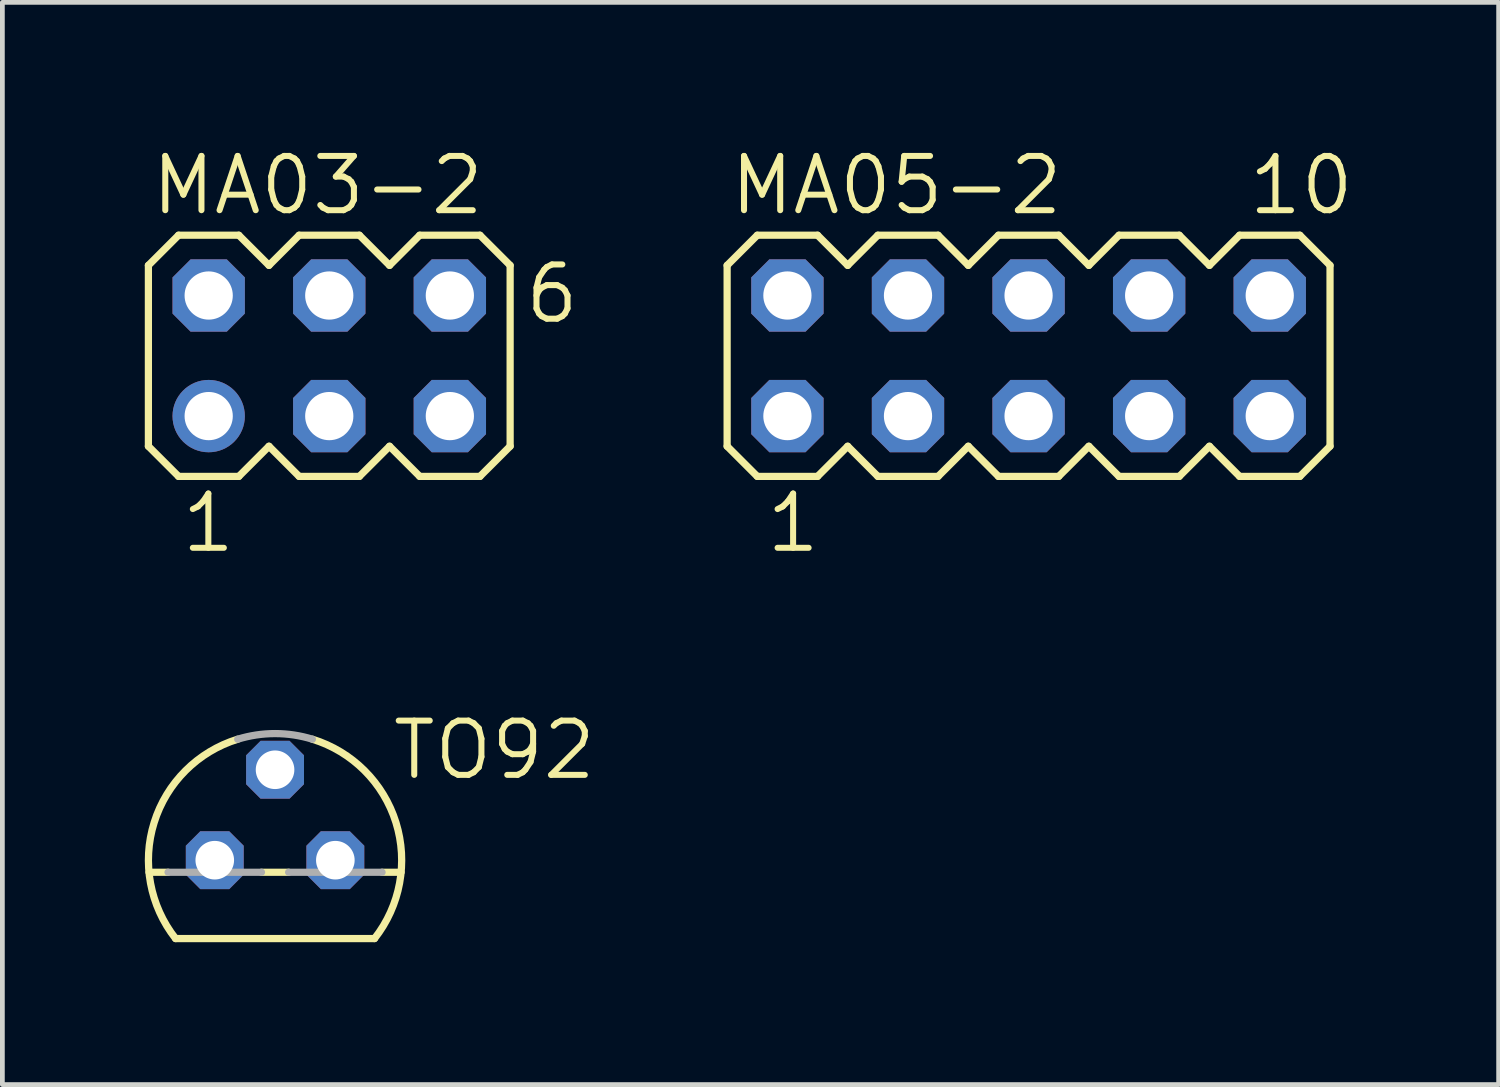
<source format=kicad_pcb>
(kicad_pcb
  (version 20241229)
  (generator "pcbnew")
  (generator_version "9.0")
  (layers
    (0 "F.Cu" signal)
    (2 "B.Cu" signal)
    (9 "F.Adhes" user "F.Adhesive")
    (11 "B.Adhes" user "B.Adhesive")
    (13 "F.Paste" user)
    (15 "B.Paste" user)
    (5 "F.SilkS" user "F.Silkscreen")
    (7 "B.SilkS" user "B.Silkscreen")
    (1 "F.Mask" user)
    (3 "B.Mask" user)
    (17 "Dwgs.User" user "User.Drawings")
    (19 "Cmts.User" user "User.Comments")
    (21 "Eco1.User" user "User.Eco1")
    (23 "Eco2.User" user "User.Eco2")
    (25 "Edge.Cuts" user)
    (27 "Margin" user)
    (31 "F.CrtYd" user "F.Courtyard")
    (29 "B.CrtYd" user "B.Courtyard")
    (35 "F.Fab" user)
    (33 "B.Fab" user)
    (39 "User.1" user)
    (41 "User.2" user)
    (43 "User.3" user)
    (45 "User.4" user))
  (footprint "MA03-2"
    (layer "F.Cu")
    (at 3.886 4.445)
    (property "Reference" "MA03-2" (at -3.81 -2.921 0) (layer "F.SilkS") (effects (font (size 1.143 1.143) (thickness 0.127)) (justify left bottom)))
    (fp_line (start -3.81 -1.905) (end -3.81 1.905) (stroke (width 0.152) (type solid)) (layer "F.SilkS"))
    (fp_line (start -3.81 1.905) (end -3.175 2.54) (stroke (width 0.152) (type solid)) (layer "F.SilkS"))
    (fp_line (start -3.175 -2.54) (end -3.81 -1.905) (stroke (width 0.152) (type solid)) (layer "F.SilkS"))
    (fp_line (start -3.175 -2.54) (end -1.905 -2.54) (stroke (width 0.152) (type solid)) (layer "F.SilkS"))
    (fp_line (start -1.905 -2.54) (end -1.27 -1.905) (stroke (width 0.152) (type solid)) (layer "F.SilkS"))
    (fp_line (start -1.905 2.54) (end -3.175 2.54) (stroke (width 0.152) (type solid)) (layer "F.SilkS"))
    (fp_line (start -1.27 -1.905) (end -0.635 -2.54) (stroke (width 0.152) (type solid)) (layer "F.SilkS"))
    (fp_line (start -1.27 1.905) (end -1.905 2.54) (stroke (width 0.152) (type solid)) (layer "F.SilkS"))
    (fp_line (start -0.635 -2.54) (end 0.635 -2.54) (stroke (width 0.152) (type solid)) (layer "F.SilkS"))
    (fp_line (start -0.635 2.54) (end -1.27 1.905) (stroke (width 0.152) (type solid)) (layer "F.SilkS"))
    (fp_line (start 0.635 -2.54) (end 1.27 -1.905) (stroke (width 0.152) (type solid)) (layer "F.SilkS"))
    (fp_line (start 0.635 2.54) (end -0.635 2.54) (stroke (width 0.152) (type solid)) (layer "F.SilkS"))
    (fp_line (start 1.27 -1.905) (end 1.905 -2.54) (stroke (width 0.152) (type solid)) (layer "F.SilkS"))
    (fp_line (start 1.27 1.905) (end 0.635 2.54) (stroke (width 0.152) (type solid)) (layer "F.SilkS"))
    (fp_line (start 1.905 -2.54) (end 3.175 -2.54) (stroke (width 0.152) (type solid)) (layer "F.SilkS"))
    (fp_line (start 1.905 2.54) (end 1.27 1.905) (stroke (width 0.152) (type solid)) (layer "F.SilkS"))
    (fp_line (start 3.175 -2.54) (end 3.81 -1.905) (stroke (width 0.152) (type solid)) (layer "F.SilkS"))
    (fp_line (start 3.175 2.54) (end 1.905 2.54) (stroke (width 0.152) (type solid)) (layer "F.SilkS"))
    (fp_line (start 3.81 -1.905) (end 3.81 1.905) (stroke (width 0.152) (type solid)) (layer "F.SilkS"))
    (fp_line (start 3.81 1.905) (end 3.175 2.54) (stroke (width 0.152) (type solid)) (layer "F.SilkS"))
    (fp_poly (pts (xy -2.794 -1.016) (xy -2.286 -1.016) (xy -2.286 -1.524) (xy -2.794 -1.524)) (stroke (width 0.1) (type solid)) (fill no) (layer "F.Fab"))
    (fp_poly (pts (xy -2.794 1.524) (xy -2.286 1.524) (xy -2.286 1.016) (xy -2.794 1.016)) (stroke (width 0.1) (type solid)) (fill no) (layer "F.Fab"))
    (fp_poly (pts (xy -0.254 -1.016) (xy 0.254 -1.016) (xy 0.254 -1.524) (xy -0.254 -1.524)) (stroke (width 0.1) (type solid)) (fill no) (layer "F.Fab"))
    (fp_poly (pts (xy -0.254 1.524) (xy 0.254 1.524) (xy 0.254 1.016) (xy -0.254 1.016)) (stroke (width 0.1) (type solid)) (fill no) (layer "F.Fab"))
    (fp_poly (pts (xy 2.286 -1.016) (xy 2.794 -1.016) (xy 2.794 -1.524) (xy 2.286 -1.524)) (stroke (width 0.1) (type solid)) (fill no) (layer "F.Fab"))
    (fp_poly (pts (xy 2.286 1.524) (xy 2.794 1.524) (xy 2.794 1.016) (xy 2.286 1.016)) (stroke (width 0.1) (type solid)) (fill no) (layer "F.Fab"))
    (fp_text user "6" (at 4.064 -0.635 0) (layer "F.SilkS") (effects (font (size 1.143 1.143) (thickness 0.127)) (justify left bottom)))
    (fp_text user "1" (at -3.175 4.191 0) (layer "F.SilkS") (effects (font (size 1.143 1.143) (thickness 0.127)) (justify left bottom)))
    (pad "1" thru_hole circle (at -2.54 1.27) (size 1.524 1.524) (drill 1.016) (layers "*.Cu" "*.Mask"))
    (pad "2" thru_hole roundrect (at -2.54 -1.27) (size 1.524 1.524) (drill 1.016) (layers "*.Cu" "*.Mask") (roundrect_rratio 0.25) (chamfer_ratio 0.25) (chamfer top_left top_right bottom_left bottom_right))
    (pad "3" thru_hole roundrect (at 0 1.27) (size 1.524 1.524) (drill 1.016) (layers "*.Cu" "*.Mask") (roundrect_rratio 0.25) (chamfer_ratio 0.25) (chamfer top_left top_right bottom_left bottom_right))
    (pad "4" thru_hole roundrect (at 0 -1.27) (size 1.524 1.524) (drill 1.016) (layers "*.Cu" "*.Mask") (roundrect_rratio 0.25) (chamfer_ratio 0.25) (chamfer top_left top_right bottom_left bottom_right))
    (pad "5" thru_hole roundrect (at 2.54 1.27) (size 1.524 1.524) (drill 1.016) (layers "*.Cu" "*.Mask") (roundrect_rratio 0.25) (chamfer_ratio 0.25) (chamfer top_left top_right bottom_left bottom_right))
    (pad "6" thru_hole roundrect (at 2.54 -1.27) (size 1.524 1.524) (drill 1.016) (layers "*.Cu" "*.Mask") (roundrect_rratio 0.25) (chamfer_ratio 0.25) (chamfer top_left top_right bottom_left bottom_right)))
  (footprint "TO92"
    (layer "F.Cu")
    (at 2.744 15.07)
    (property "Reference" "TO92" (at 2.413 -1.651 0) (layer "F.SilkS") (effects (font (size 1.143 1.143) (thickness 0.127)) (justify left bottom)))
    (fp_line (start -2.655 0.254) (end -2.254 0.254) (stroke (width 0.152) (type solid)) (layer "F.SilkS"))
    (fp_line (start -2.095 1.651) (end 2.095 1.651) (stroke (width 0.152) (type solid)) (layer "F.SilkS"))
    (fp_line (start -0.286 0.254) (end 0.286 0.254) (stroke (width 0.152) (type solid)) (layer "F.SilkS"))
    (fp_line (start 2.254 0.254) (end 2.655 0.254) (stroke (width 0.152) (type solid)) (layer "F.SilkS"))
    (fp_arc (start -2.095 1.651) (mid -2.546798 -0.793169) (end -0.786898 -2.5484) (stroke (width 0.1524) (type solid)) (layer "F.SilkS"))
    (fp_arc (start 0.7869 -2.5484) (mid 2.546798 -0.793168) (end 2.094999 1.651001) (stroke (width 0.1524) (type solid)) (layer "F.SilkS"))
    (fp_line (start -2.254 0.254) (end -0.286 0.254) (stroke (width 0.152) (type solid)) (layer "F.Fab"))
    (fp_line (start 0.286 0.254) (end 2.254 0.254) (stroke (width 0.152) (type solid)) (layer "F.Fab"))
    (fp_arc (start -0.7864 -2.5484) (mid 0 -2.666977) (end 0.7864 -2.5484) (stroke (width 0.1524) (type solid)) (layer "F.Fab"))
    (pad "1" thru_hole roundrect (at -1.27 0) (size 1.219 1.219) (drill 0.813) (layers "*.Cu" "*.Mask") (roundrect_rratio 0.25) (chamfer_ratio 0.25) (chamfer top_left top_right bottom_left bottom_right))
    (pad "2" thru_hole roundrect (at 0 -1.905) (size 1.219 1.219) (drill 0.813) (layers "*.Cu" "*.Mask") (roundrect_rratio 0.25) (chamfer_ratio 0.25) (chamfer top_left top_right bottom_left bottom_right))
    (pad "3" thru_hole roundrect (at 1.27 0) (size 1.219 1.219) (drill 0.813) (layers "*.Cu" "*.Mask") (roundrect_rratio 0.25) (chamfer_ratio 0.25) (chamfer top_left top_right bottom_left bottom_right)))
  (footprint "MA05-2"
    (layer "F.Cu")
    (at 18.617 4.445)
    (property "Reference" "MA05-2" (at -6.35 -2.921 0) (layer "F.SilkS") (effects (font (size 1.143 1.143) (thickness 0.127)) (justify left bottom)))
    (fp_line (start -6.35 -1.905) (end -6.35 1.905) (stroke (width 0.152) (type solid)) (layer "F.SilkS"))
    (fp_line (start -6.35 1.905) (end -5.715 2.54) (stroke (width 0.152) (type solid)) (layer "F.SilkS"))
    (fp_line (start -5.715 -2.54) (end -6.35 -1.905) (stroke (width 0.152) (type solid)) (layer "F.SilkS"))
    (fp_line (start -5.715 -2.54) (end -4.445 -2.54) (stroke (width 0.152) (type solid)) (layer "F.SilkS"))
    (fp_line (start -4.445 -2.54) (end -3.81 -1.905) (stroke (width 0.152) (type solid)) (layer "F.SilkS"))
    (fp_line (start -4.445 2.54) (end -5.715 2.54) (stroke (width 0.152) (type solid)) (layer "F.SilkS"))
    (fp_line (start -3.81 -1.905) (end -3.175 -2.54) (stroke (width 0.152) (type solid)) (layer "F.SilkS"))
    (fp_line (start -3.81 1.905) (end -4.445 2.54) (stroke (width 0.152) (type solid)) (layer "F.SilkS"))
    (fp_line (start -3.175 -2.54) (end -1.905 -2.54) (stroke (width 0.152) (type solid)) (layer "F.SilkS"))
    (fp_line (start -3.175 2.54) (end -3.81 1.905) (stroke (width 0.152) (type solid)) (layer "F.SilkS"))
    (fp_line (start -1.905 -2.54) (end -1.27 -1.905) (stroke (width 0.152) (type solid)) (layer "F.SilkS"))
    (fp_line (start -1.905 2.54) (end -3.175 2.54) (stroke (width 0.152) (type solid)) (layer "F.SilkS"))
    (fp_line (start -1.27 -1.905) (end -0.635 -2.54) (stroke (width 0.152) (type solid)) (layer "F.SilkS"))
    (fp_line (start -1.27 1.905) (end -1.905 2.54) (stroke (width 0.152) (type solid)) (layer "F.SilkS"))
    (fp_line (start -0.635 -2.54) (end 0.635 -2.54) (stroke (width 0.152) (type solid)) (layer "F.SilkS"))
    (fp_line (start -0.635 2.54) (end -1.27 1.905) (stroke (width 0.152) (type solid)) (layer "F.SilkS"))
    (fp_line (start 0.635 -2.54) (end 1.27 -1.905) (stroke (width 0.152) (type solid)) (layer "F.SilkS"))
    (fp_line (start 0.635 2.54) (end -0.635 2.54) (stroke (width 0.152) (type solid)) (layer "F.SilkS"))
    (fp_line (start 1.27 1.905) (end 0.635 2.54) (stroke (width 0.152) (type solid)) (layer "F.SilkS"))
    (fp_line (start 1.27 1.905) (end 1.905 2.54) (stroke (width 0.152) (type solid)) (layer "F.SilkS"))
    (fp_line (start 1.905 -2.54) (end 1.27 -1.905) (stroke (width 0.152) (type solid)) (layer "F.SilkS"))
    (fp_line (start 1.905 -2.54) (end 3.175 -2.54) (stroke (width 0.152) (type solid)) (layer "F.SilkS"))
    (fp_line (start 3.175 -2.54) (end 3.81 -1.905) (stroke (width 0.152) (type solid)) (layer "F.SilkS"))
    (fp_line (start 3.175 2.54) (end 1.905 2.54) (stroke (width 0.152) (type solid)) (layer "F.SilkS"))
    (fp_line (start 3.81 -1.905) (end 4.445 -2.54) (stroke (width 0.152) (type solid)) (layer "F.SilkS"))
    (fp_line (start 3.81 1.905) (end 3.175 2.54) (stroke (width 0.152) (type solid)) (layer "F.SilkS"))
    (fp_line (start 4.445 -2.54) (end 5.715 -2.54) (stroke (width 0.152) (type solid)) (layer "F.SilkS"))
    (fp_line (start 4.445 2.54) (end 3.81 1.905) (stroke (width 0.152) (type solid)) (layer "F.SilkS"))
    (fp_line (start 5.715 -2.54) (end 6.35 -1.905) (stroke (width 0.152) (type solid)) (layer "F.SilkS"))
    (fp_line (start 5.715 2.54) (end 4.445 2.54) (stroke (width 0.152) (type solid)) (layer "F.SilkS"))
    (fp_line (start 6.35 -1.905) (end 6.35 1.905) (stroke (width 0.152) (type solid)) (layer "F.SilkS"))
    (fp_line (start 6.35 1.905) (end 5.715 2.54) (stroke (width 0.152) (type solid)) (layer "F.SilkS"))
    (fp_poly (pts (xy -5.334 -1.016) (xy -4.826 -1.016) (xy -4.826 -1.524) (xy -5.334 -1.524)) (stroke (width 0.1) (type solid)) (fill no) (layer "F.Fab"))
    (fp_poly (pts (xy -5.334 1.524) (xy -4.826 1.524) (xy -4.826 1.016) (xy -5.334 1.016)) (stroke (width 0.1) (type solid)) (fill no) (layer "F.Fab"))
    (fp_poly (pts (xy -2.794 -1.016) (xy -2.286 -1.016) (xy -2.286 -1.524) (xy -2.794 -1.524)) (stroke (width 0.1) (type solid)) (fill no) (layer "F.Fab"))
    (fp_poly (pts (xy -2.794 1.524) (xy -2.286 1.524) (xy -2.286 1.016) (xy -2.794 1.016)) (stroke (width 0.1) (type solid)) (fill no) (layer "F.Fab"))
    (fp_poly (pts (xy -0.254 -1.016) (xy 0.254 -1.016) (xy 0.254 -1.524) (xy -0.254 -1.524)) (stroke (width 0.1) (type solid)) (fill no) (layer "F.Fab"))
    (fp_poly (pts (xy -0.254 1.524) (xy 0.254 1.524) (xy 0.254 1.016) (xy -0.254 1.016)) (stroke (width 0.1) (type solid)) (fill no) (layer "F.Fab"))
    (fp_poly (pts (xy 2.286 -1.016) (xy 2.794 -1.016) (xy 2.794 -1.524) (xy 2.286 -1.524)) (stroke (width 0.1) (type solid)) (fill no) (layer "F.Fab"))
    (fp_poly (pts (xy 2.286 1.524) (xy 2.794 1.524) (xy 2.794 1.016) (xy 2.286 1.016)) (stroke (width 0.1) (type solid)) (fill no) (layer "F.Fab"))
    (fp_poly (pts (xy 4.826 -1.016) (xy 5.334 -1.016) (xy 5.334 -1.524) (xy 4.826 -1.524)) (stroke (width 0.1) (type solid)) (fill no) (layer "F.Fab"))
    (fp_poly (pts (xy 4.826 1.524) (xy 5.334 1.524) (xy 5.334 1.016) (xy 4.826 1.016)) (stroke (width 0.1) (type solid)) (fill no) (layer "F.Fab"))
    (fp_text user "1" (at -5.588 4.191 0) (layer "F.SilkS") (effects (font (size 1.143 1.143) (thickness 0.127)) (justify left bottom)))
    (fp_text user "10" (at 4.572 -2.921 0) (layer "F.SilkS") (effects (font (size 1.143 1.143) (thickness 0.127)) (justify left bottom)))
    (pad "1" thru_hole roundrect (at -5.08 1.27) (size 1.524 1.524) (drill 1.016) (layers "*.Cu" "*.Mask") (roundrect_rratio 0.25) (chamfer_ratio 0.25) (chamfer top_left top_right bottom_left bottom_right))
    (pad "2" thru_hole roundrect (at -5.08 -1.27) (size 1.524 1.524) (drill 1.016) (layers "*.Cu" "*.Mask") (roundrect_rratio 0.25) (chamfer_ratio 0.25) (chamfer top_left top_right bottom_left bottom_right))
    (pad "3" thru_hole roundrect (at -2.54 1.27) (size 1.524 1.524) (drill 1.016) (layers "*.Cu" "*.Mask") (roundrect_rratio 0.25) (chamfer_ratio 0.25) (chamfer top_left top_right bottom_left bottom_right))
    (pad "4" thru_hole roundrect (at -2.54 -1.27) (size 1.524 1.524) (drill 1.016) (layers "*.Cu" "*.Mask") (roundrect_rratio 0.25) (chamfer_ratio 0.25) (chamfer top_left top_right bottom_left bottom_right))
    (pad "5" thru_hole roundrect (at 0 1.27) (size 1.524 1.524) (drill 1.016) (layers "*.Cu" "*.Mask") (roundrect_rratio 0.25) (chamfer_ratio 0.25) (chamfer top_left top_right bottom_left bottom_right))
    (pad "6" thru_hole roundrect (at 0 -1.27) (size 1.524 1.524) (drill 1.016) (layers "*.Cu" "*.Mask") (roundrect_rratio 0.25) (chamfer_ratio 0.25) (chamfer top_left top_right bottom_left bottom_right))
    (pad "7" thru_hole roundrect (at 2.54 1.27) (size 1.524 1.524) (drill 1.016) (layers "*.Cu" "*.Mask") (roundrect_rratio 0.25) (chamfer_ratio 0.25) (chamfer top_left top_right bottom_left bottom_right))
    (pad "8" thru_hole roundrect (at 2.54 -1.27) (size 1.524 1.524) (drill 1.016) (layers "*.Cu" "*.Mask") (roundrect_rratio 0.25) (chamfer_ratio 0.25) (chamfer top_left top_right bottom_left bottom_right))
    (pad "9" thru_hole roundrect (at 5.08 1.27) (size 1.524 1.524) (drill 1.016) (layers "*.Cu" "*.Mask") (roundrect_rratio 0.25) (chamfer_ratio 0.25) (chamfer top_left top_right bottom_left bottom_right))
    (pad "10" thru_hole roundrect (at 5.08 -1.27) (size 1.524 1.524) (drill 1.016) (layers "*.Cu" "*.Mask") (roundrect_rratio 0.25) (chamfer_ratio 0.25) (chamfer top_left top_right bottom_left bottom_right)))
  (gr_rect
    (start -3 -3)
    (end 28.519 19.797)
    (stroke (width 0.1) (type default))
    (fill no)
    (layer "Edge.Cuts")))
</source>
